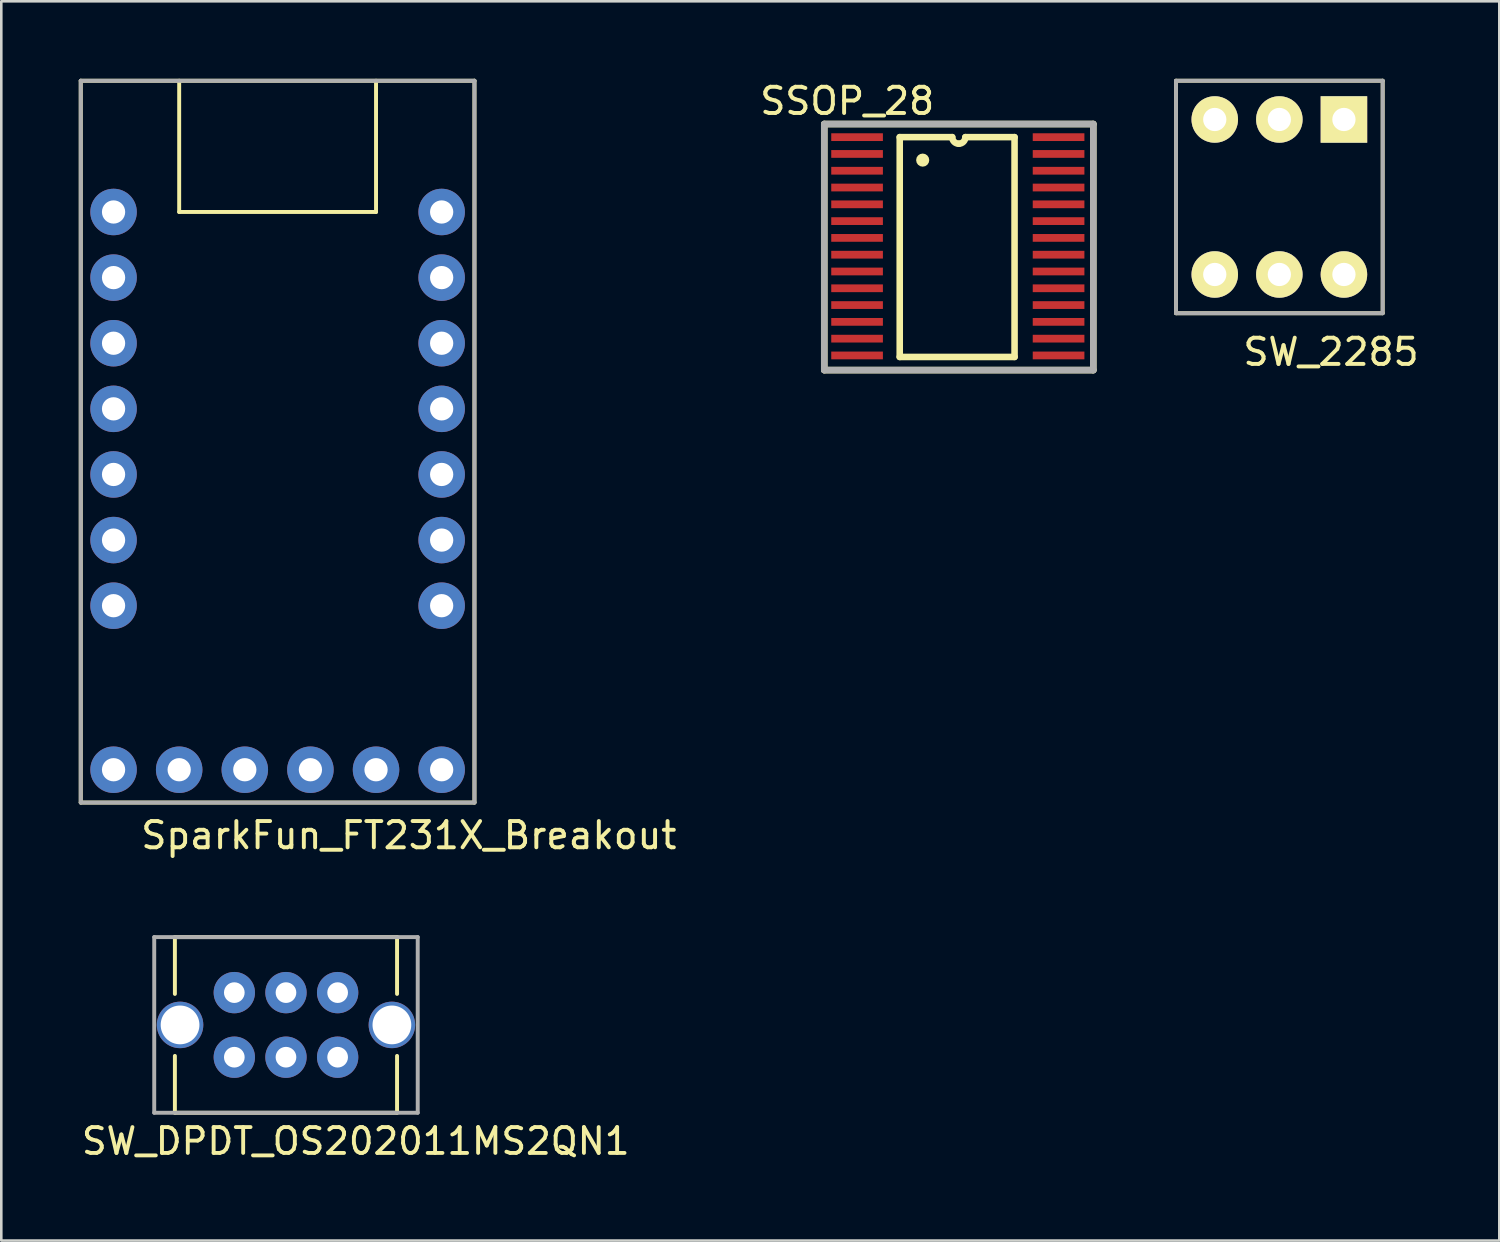
<source format=kicad_pcb>
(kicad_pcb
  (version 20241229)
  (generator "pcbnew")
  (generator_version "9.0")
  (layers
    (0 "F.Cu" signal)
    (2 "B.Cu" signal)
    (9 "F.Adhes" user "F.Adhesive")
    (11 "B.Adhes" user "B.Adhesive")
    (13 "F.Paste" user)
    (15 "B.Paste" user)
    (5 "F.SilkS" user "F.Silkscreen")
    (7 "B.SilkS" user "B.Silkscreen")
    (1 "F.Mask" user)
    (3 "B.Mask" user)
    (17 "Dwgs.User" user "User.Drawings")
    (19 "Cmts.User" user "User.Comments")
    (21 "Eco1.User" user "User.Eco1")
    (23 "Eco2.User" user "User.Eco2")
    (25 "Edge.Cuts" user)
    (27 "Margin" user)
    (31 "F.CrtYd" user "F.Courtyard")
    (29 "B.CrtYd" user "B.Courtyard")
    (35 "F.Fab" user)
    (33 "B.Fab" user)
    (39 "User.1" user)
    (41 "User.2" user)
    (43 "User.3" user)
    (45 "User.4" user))
  (footprint "SW_DPDT_OS202011MS2QN1"
    (layer "F.Cu")
    (at 3.92 36.624)
    (property "Reference" "SW_DPDT_OS202011MS2QN1" (at 6.8 4.5 0) (layer "F.SilkS") (effects (font (size 1 1) (thickness 0.15))))
    (attr through_hole)
    (fp_line (start -0.2 -3.4) (end -0.2 -1.2) (stroke (width 0.152) (type solid)) (layer "F.SilkS"))
    (fp_line (start -0.2 1.2) (end -0.2 3.4) (stroke (width 0.152) (type solid)) (layer "F.SilkS"))
    (fp_line (start -0.2 3.4) (end 8.4 3.4) (stroke (width 0.152) (type solid)) (layer "F.SilkS"))
    (fp_line (start 8.4 -3.4) (end -0.2 -3.4) (stroke (width 0.152) (type solid)) (layer "F.SilkS"))
    (fp_line (start 8.4 -1.2) (end 8.4 -3.4) (stroke (width 0.152) (type solid)) (layer "F.SilkS"))
    (fp_line (start 8.4 3.4) (end 8.4 1.2) (stroke (width 0.152) (type solid)) (layer "F.SilkS"))
    (fp_line (start -1 -3.4) (end -1 3.4) (stroke (width 0.152) (type solid)) (layer "F.Fab"))
    (fp_line (start -1 3.4) (end 9.2 3.4) (stroke (width 0.152) (type solid)) (layer "F.Fab"))
    (fp_line (start 9.2 -3.4) (end -1 -3.4) (stroke (width 0.152) (type solid)) (layer "F.Fab"))
    (fp_line (start 9.2 3.4) (end 9.2 -3.4) (stroke (width 0.152) (type solid)) (layer "F.Fab"))
    (pad "1" thru_hole circle (at 2.1 -1.25) (size 1.6 1.6) (drill 0.8) (layers "*.Cu" "*.Mask"))
    (pad "2" thru_hole circle (at 4.1 -1.25) (size 1.6 1.6) (drill 0.8) (layers "*.Cu" "*.Mask"))
    (pad "3" thru_hole circle (at 6.1 -1.25) (size 1.6 1.6) (drill 0.8) (layers "*.Cu" "*.Mask"))
    (pad "4" thru_hole circle (at 2.1 1.25) (size 1.6 1.6) (drill 0.8) (layers "*.Cu" "*.Mask"))
    (pad "5" thru_hole circle (at 4.1 1.25) (size 1.6 1.6) (drill 0.8) (layers "*.Cu" "*.Mask"))
    (pad "6" thru_hole circle (at 6.1 1.25) (size 1.6 1.6) (drill 0.8) (layers "*.Cu" "*.Mask"))
    (pad "~" thru_hole circle (at 0 0) (size 1.8 1.8) (drill 1.5) (layers "*.Cu" "*.Mask"))
    (pad "~" thru_hole circle (at 8.2 0) (size 1.8 1.8) (drill 1.5) (layers "*.Cu" "*.Mask")))
  (footprint "SW_2285"
    (layer "F.Cu")
    (at 43.973 1.575)
    (property "Reference" "SW_2285" (at 4.5 9 0) (layer "F.SilkS") (effects (font (size 1.016 1.016) (thickness 0.152))))
    (attr through_hole)
    (fp_line (start -1.5 -1.5) (end -1.5 7.5) (stroke (width 0.15) (type solid)) (layer "F.SilkS"))
    (fp_line (start -1.5 7.5) (end 6.5 7.5) (stroke (width 0.15) (type solid)) (layer "F.SilkS"))
    (fp_line (start 6.5 -1.5) (end -1.5 -1.5) (stroke (width 0.15) (type solid)) (layer "F.SilkS"))
    (fp_line (start 6.5 7.5) (end 6.5 -1.5) (stroke (width 0.15) (type solid)) (layer "F.SilkS"))
    (fp_line (start -1.5 -1.5) (end 6.5 -1.5) (stroke (width 0.15) (type solid)) (layer "F.Fab"))
    (fp_line (start -1.5 7.5) (end -1.5 -1.5) (stroke (width 0.15) (type solid)) (layer "F.Fab"))
    (fp_line (start 6.5 -1.5) (end 6.5 7.5) (stroke (width 0.15) (type solid)) (layer "F.Fab"))
    (fp_line (start 6.5 7.5) (end -1.5 7.5) (stroke (width 0.15) (type solid)) (layer "F.Fab"))
    (pad "1" thru_hole rect (at 5 0) (size 1.8 1.8) (drill 0.9) (layers "*.Cu" "*.Mask" "F.SilkS"))
    (pad "2" thru_hole circle (at 2.5 0) (size 1.8 1.8) (drill 0.9) (layers "*.Cu" "*.Mask" "F.SilkS"))
    (pad "3" thru_hole circle (at 0 0) (size 1.8 1.8) (drill 0.9) (layers "*.Cu" "*.Mask" "F.SilkS"))
    (pad "4" thru_hole circle (at 5 6) (size 1.8 1.8) (drill 0.9) (layers "*.Cu" "*.Mask" "F.SilkS"))
    (pad "5" thru_hole circle (at 2.5 6) (size 1.8 1.8) (drill 0.9) (layers "*.Cu" "*.Mask" "F.SilkS"))
    (pad "6" thru_hole circle (at 0 6) (size 1.8 1.8) (drill 0.9) (layers "*.Cu" "*.Mask" "F.SilkS")))
  (footprint "SSOP_28"
    (layer "F.Cu")
    (at 30.127 2.259)
    (property "Reference" "SSOP_28" (at -0.381 -1.397 0) (layer "F.SilkS") (effects (font (size 1.016 1.016) (thickness 0.152))))
    (attr through_hole)
    (fp_line (start -1.27 -0.508) (end 9.144 -0.508) (stroke (width 0.254) (type solid)) (layer "F.SilkS"))
    (fp_line (start -1.27 9.017) (end -1.27 -0.508) (stroke (width 0.254) (type solid)) (layer "F.SilkS"))
    (fp_line (start 1.651 0) (end 1.651 8.509) (stroke (width 0.254) (type solid)) (layer "F.SilkS"))
    (fp_line (start 1.651 8.509) (end 6.096 8.509) (stroke (width 0.254) (type solid)) (layer "F.SilkS"))
    (fp_line (start 3.683 0) (end 1.651 0) (stroke (width 0.254) (type solid)) (layer "F.SilkS"))
    (fp_line (start 4.191 0) (end 6.096 0) (stroke (width 0.254) (type solid)) (layer "F.SilkS"))
    (fp_line (start 6.096 8.509) (end 6.096 0) (stroke (width 0.254) (type solid)) (layer "F.SilkS"))
    (fp_line (start 9.144 -0.508) (end 9.144 9.017) (stroke (width 0.254) (type solid)) (layer "F.SilkS"))
    (fp_line (start 9.144 9.017) (end -1.27 9.017) (stroke (width 0.254) (type solid)) (layer "F.SilkS"))
    (fp_arc (start 3.937 0.254) (mid 3.757395 0.179605) (end 3.683 0) (stroke (width 0.254) (type solid)) (layer "F.SilkS"))
    (fp_arc (start 4.191 0) (mid 4.116605 0.179605) (end 3.937 0.254) (stroke (width 0.254) (type solid)) (layer "F.SilkS"))
    (fp_circle (center 2.54 0.889) (end 2.413 0.889) (stroke (width 0.254) (type solid)) (fill no) (layer "F.SilkS"))
    (fp_line (start -1.27 -0.508) (end -1.27 9.017) (stroke (width 0.254) (type solid)) (layer "F.Fab"))
    (fp_line (start -1.27 9.017) (end 9.144 9.017) (stroke (width 0.254) (type solid)) (layer "F.Fab"))
    (fp_line (start 9.144 -0.508) (end -1.27 -0.508) (stroke (width 0.254) (type solid)) (layer "F.Fab"))
    (fp_line (start 9.144 9.017) (end 9.144 -0.508) (stroke (width 0.254) (type solid)) (layer "F.Fab"))
    (pad "1" smd rect (at 0 0) (size 2 0.3) (layers "F.Cu" "F.Mask" "F.Paste"))
    (pad "2" smd rect (at 0 0.65) (size 2 0.3) (layers "F.Cu" "F.Mask" "F.Paste"))
    (pad "3" smd rect (at 0 1.3) (size 2 0.3) (layers "F.Cu" "F.Mask" "F.Paste"))
    (pad "4" smd rect (at 0 1.95) (size 2 0.3) (layers "F.Cu" "F.Mask" "F.Paste"))
    (pad "5" smd rect (at 0 2.6) (size 2 0.3) (layers "F.Cu" "F.Mask" "F.Paste"))
    (pad "6" smd rect (at 0 3.25) (size 2 0.3) (layers "F.Cu" "F.Mask" "F.Paste"))
    (pad "7" smd rect (at 0 3.9) (size 2 0.3) (layers "F.Cu" "F.Mask" "F.Paste"))
    (pad "8" smd rect (at 0 4.55) (size 2 0.3) (layers "F.Cu" "F.Mask" "F.Paste"))
    (pad "9" smd rect (at 0 5.2) (size 2 0.3) (layers "F.Cu" "F.Mask" "F.Paste"))
    (pad "10" smd rect (at 0 5.85) (size 2 0.3) (layers "F.Cu" "F.Mask" "F.Paste"))
    (pad "11" smd rect (at 0 6.5) (size 2 0.3) (layers "F.Cu" "F.Mask" "F.Paste"))
    (pad "12" smd rect (at 0 7.15) (size 2 0.3) (layers "F.Cu" "F.Mask" "F.Paste"))
    (pad "13" smd rect (at 0 7.8) (size 2 0.3) (layers "F.Cu" "F.Mask" "F.Paste"))
    (pad "14" smd rect (at 0 8.45) (size 2 0.3) (layers "F.Cu" "F.Mask" "F.Paste"))
    (pad "15" smd rect (at 7.8 8.45) (size 2 0.3) (layers "F.Cu" "F.Mask" "F.Paste"))
    (pad "16" smd rect (at 7.8 7.8) (size 2 0.3) (layers "F.Cu" "F.Mask" "F.Paste"))
    (pad "17" smd rect (at 7.8 7.15) (size 2 0.3) (layers "F.Cu" "F.Mask" "F.Paste"))
    (pad "18" smd rect (at 7.8 6.5) (size 2 0.3) (layers "F.Cu" "F.Mask" "F.Paste"))
    (pad "19" smd rect (at 7.8 5.85) (size 2 0.3) (layers "F.Cu" "F.Mask" "F.Paste"))
    (pad "20" smd rect (at 7.8 5.2) (size 2 0.3) (layers "F.Cu" "F.Mask" "F.Paste"))
    (pad "21" smd rect (at 7.8 4.55) (size 2 0.3) (layers "F.Cu" "F.Mask" "F.Paste"))
    (pad "22" smd rect (at 7.8 3.9) (size 2 0.3) (layers "F.Cu" "F.Mask" "F.Paste"))
    (pad "23" smd rect (at 7.8 3.25) (size 2 0.3) (layers "F.Cu" "F.Mask" "F.Paste"))
    (pad "24" smd rect (at 7.8 2.6) (size 2 0.3) (layers "F.Cu" "F.Mask" "F.Paste"))
    (pad "25" smd rect (at 7.8 1.95) (size 2 0.3) (layers "F.Cu" "F.Mask" "F.Paste"))
    (pad "26" smd rect (at 7.8 1.3) (size 2 0.3) (layers "F.Cu" "F.Mask" "F.Paste"))
    (pad "27" smd rect (at 7.8 0.65) (size 2 0.3) (layers "F.Cu" "F.Mask" "F.Paste"))
    (pad "28" smd rect (at 7.8 0) (size 2 0.3) (layers "F.Cu" "F.Mask" "F.Paste")))
  (footprint "SparkFun_FT231X_Breakout"
    (layer "F.Cu")
    (at 7.696 12.776)
    (property "Reference" "SparkFun_FT231X_Breakout" (at 5.08 16.51 0) (layer "F.SilkS") (effects (font (size 1.016 1.016) (thickness 0.152))))
    (attr through_hole)
    (fp_line (start -7.62 -12.7) (end 7.62 -12.7) (stroke (width 0.152) (type solid)) (layer "F.SilkS"))
    (fp_line (start -7.62 15.24) (end -7.62 -12.7) (stroke (width 0.152) (type solid)) (layer "F.SilkS"))
    (fp_line (start -3.81 -12.7) (end -3.81 -7.62) (stroke (width 0.152) (type solid)) (layer "F.SilkS"))
    (fp_line (start -3.81 -7.62) (end 3.81 -7.62) (stroke (width 0.152) (type solid)) (layer "F.SilkS"))
    (fp_line (start 3.81 -7.62) (end 3.81 -12.7) (stroke (width 0.152) (type solid)) (layer "F.SilkS"))
    (fp_line (start 7.62 -12.7) (end 7.62 15.24) (stroke (width 0.152) (type solid)) (layer "F.SilkS"))
    (fp_line (start 7.62 15.24) (end -7.62 15.24) (stroke (width 0.152) (type solid)) (layer "F.SilkS"))
    (fp_line (start -7.62 -12.7) (end 7.62 -12.7) (stroke (width 0.152) (type solid)) (layer "F.Fab"))
    (fp_line (start -7.62 15.24) (end -7.62 -12.7) (stroke (width 0.152) (type solid)) (layer "F.Fab"))
    (fp_line (start 7.62 -12.7) (end 7.62 15.24) (stroke (width 0.152) (type solid)) (layer "F.Fab"))
    (fp_line (start 7.62 15.24) (end -7.62 15.24) (stroke (width 0.152) (type solid)) (layer "F.Fab"))
    (pad "1" thru_hole circle (at -6.35 -7.62) (size 1.8 1.8) (drill 0.9) (layers "*.Cu" "*.Mask"))
    (pad "2" thru_hole circle (at -6.35 -5.08) (size 1.8 1.8) (drill 0.9) (layers "*.Cu" "*.Mask"))
    (pad "3" thru_hole circle (at -6.35 -2.54) (size 1.8 1.8) (drill 0.9) (layers "*.Cu" "*.Mask"))
    (pad "4" thru_hole circle (at -6.35 0) (size 1.8 1.8) (drill 0.9) (layers "*.Cu" "*.Mask"))
    (pad "5" thru_hole circle (at -6.35 2.54) (size 1.8 1.8) (drill 0.9) (layers "*.Cu" "*.Mask"))
    (pad "6" thru_hole circle (at -6.35 5.08) (size 1.8 1.8) (drill 0.9) (layers "*.Cu" "*.Mask"))
    (pad "7" thru_hole circle (at -6.35 7.62) (size 1.8 1.8) (drill 0.9) (layers "*.Cu" "*.Mask"))
    (pad "8" thru_hole circle (at -6.35 13.97) (size 1.8 1.8) (drill 0.9) (layers "*.Cu" "*.Mask"))
    (pad "9" thru_hole circle (at -3.81 13.97) (size 1.8 1.8) (drill 0.9) (layers "*.Cu" "*.Mask"))
    (pad "10" thru_hole circle (at -1.27 13.97) (size 1.8 1.8) (drill 0.9) (layers "*.Cu" "*.Mask"))
    (pad "11" thru_hole circle (at 1.27 13.97) (size 1.8 1.8) (drill 0.9) (layers "*.Cu" "*.Mask"))
    (pad "12" thru_hole circle (at 3.81 13.97) (size 1.8 1.8) (drill 0.9) (layers "*.Cu" "*.Mask"))
    (pad "13" thru_hole circle (at 6.35 13.97) (size 1.8 1.8) (drill 0.9) (layers "*.Cu" "*.Mask"))
    (pad "14" thru_hole circle (at 6.35 7.62) (size 1.8 1.8) (drill 0.9) (layers "*.Cu" "*.Mask"))
    (pad "15" thru_hole circle (at 6.35 5.08) (size 1.8 1.8) (drill 0.9) (layers "*.Cu" "*.Mask"))
    (pad "16" thru_hole circle (at 6.35 2.54) (size 1.8 1.8) (drill 0.9) (layers "*.Cu" "*.Mask"))
    (pad "17" thru_hole circle (at 6.35 0) (size 1.8 1.8) (drill 0.9) (layers "*.Cu" "*.Mask"))
    (pad "18" thru_hole circle (at 6.35 -2.54) (size 1.8 1.8) (drill 0.9) (layers "*.Cu" "*.Mask"))
    (pad "19" thru_hole circle (at 6.35 -5.08) (size 1.8 1.8) (drill 0.9) (layers "*.Cu" "*.Mask"))
    (pad "20" thru_hole circle (at 6.35 -7.62) (size 1.8 1.8) (drill 0.9) (layers "*.Cu" "*.Mask")))
  (gr_rect
    (start -3 -3)
    (end 54.987 44.972)
    (stroke (width 0.1) (type default))
    (fill no)
    (layer "Edge.Cuts")))
</source>
